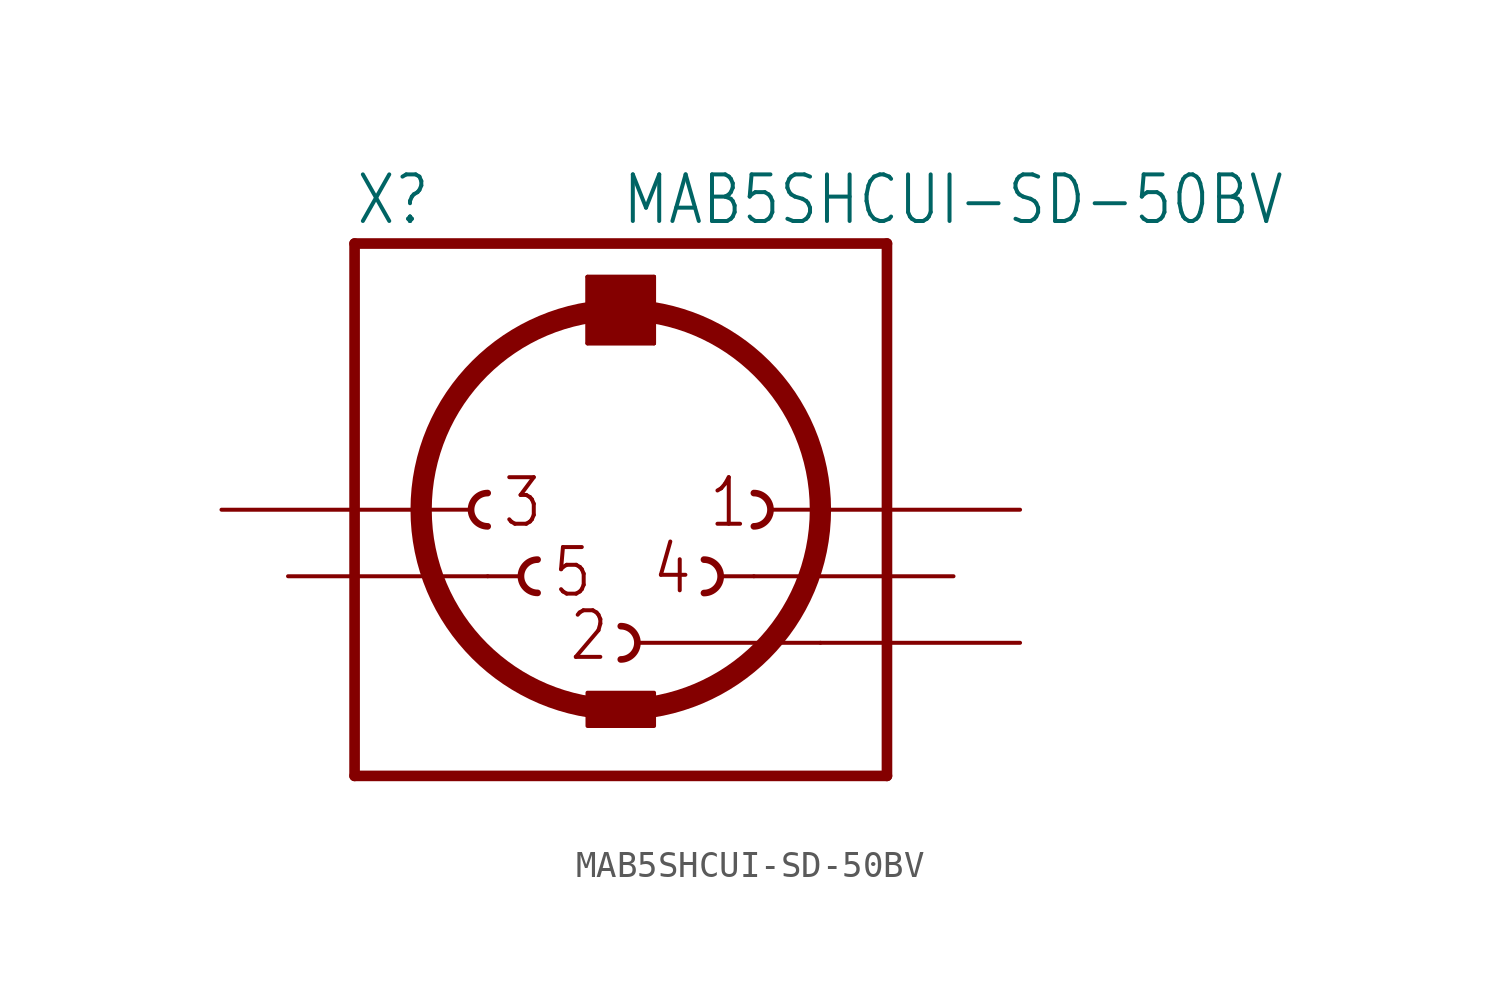
<source format=kicad_sym>
(kicad_symbol_lib
  (version 20211014)
  (generator kicad_symbol_editor)
  (symbol "MAB5SHCUI-SD-50BV"
    (property "Reference" "X"
      (at -10.16 10.795 0)
      (effects (font (size 1.778 1.511)) (justify left bottom)))
    (property "Value" "MAB5SHCUI-SD-50BV"
      (at 0 10.795 0)
      (effects (font (size 1.778 1.511)) (justify left bottom)))
    (property "ki_locked" ""
      (at 0 0 0)
      (effects (font (size 1.27 1.27))))
    (symbol "MAB5SHCUI-SD-50BV_1_0"
      (arc (start -5.08 0.635) (mid -5.715 0) (end -5.08 -0.635) (stroke (width 0.254) (type default) (color 0 0 0 0)) (fill (type none)))
      (arc (start -3.175 -1.905) (mid -3.81 -2.54) (end -3.175 -3.175) (stroke (width 0.254) (type default) (color 0 0 0 0)) (fill (type none)))
      (rectangle (start -1.27 -8.255) (end 1.27 -6.985) (stroke (width 0) (type default) (color 0 0 0 0)) (fill (type outline)))
      (rectangle (start -1.27 6.35) (end 1.27 8.89) (stroke (width 0) (type default) (color 0 0 0 0)) (fill (type outline)))
      (arc (start 0 -5.715) (mid 0.635 -5.08) (end 0 -4.445) (stroke (width 0.254) (type default) (color 0 0 0 0)) (fill (type none)))
      (polyline (pts (xy -10.16 -10.16) (xy -10.16 10.16)) (stroke (width 0.406) (type default) (color 0 0 0 0)) (fill (type none)))
      (polyline (pts (xy -10.16 -10.16) (xy 10.16 -10.16)) (stroke (width 0.406) (type default) (color 0 0 0 0)) (fill (type none)))
      (polyline (pts (xy -7.62 0) (xy -5.715 0)) (stroke (width 0.152) (type default) (color 0 0 0 0)) (fill (type none)))
      (polyline (pts (xy -5.08 -2.54) (xy -3.81 -2.54)) (stroke (width 0.152) (type default) (color 0 0 0 0)) (fill (type none)))
      (polyline (pts (xy -1.27 6.35) (xy -1.27 8.89)) (stroke (width 0.152) (type default) (color 0 0 0 0)) (fill (type none)))
      (polyline (pts (xy -1.27 6.35) (xy 1.27 6.35)) (stroke (width 0.152) (type default) (color 0 0 0 0)) (fill (type none)))
      (polyline (pts (xy -1.27 8.89) (xy 1.27 8.89)) (stroke (width 0.152) (type default) (color 0 0 0 0)) (fill (type none)))
      (polyline (pts (xy 0.635 -5.08) (xy 7.62 -5.08)) (stroke (width 0.152) (type default) (color 0 0 0 0)) (fill (type none)))
      (polyline (pts (xy 1.27 8.89) (xy 1.27 6.35)) (stroke (width 0.152) (type default) (color 0 0 0 0)) (fill (type none)))
      (polyline (pts (xy 3.81 -2.54) (xy 5.08 -2.54)) (stroke (width 0.152) (type default) (color 0 0 0 0)) (fill (type none)))
      (polyline (pts (xy 5.715 0) (xy 7.62 0)) (stroke (width 0.152) (type default) (color 0 0 0 0)) (fill (type none)))
      (polyline (pts (xy 10.16 10.16) (xy -10.16 10.16)) (stroke (width 0.406) (type default) (color 0 0 0 0)) (fill (type none)))
      (polyline (pts (xy 10.16 10.16) (xy 10.16 -10.16)) (stroke (width 0.406) (type default) (color 0 0 0 0)) (fill (type none)))
      (circle (center 0 0) (radius 7.62) (stroke (width 0.813) (type default) (color 0 0 0 0)) (fill (type none)))
      (arc (start 3.175 -3.175) (mid 3.81 -2.54) (end 3.175 -1.905) (stroke (width 0.254) (type default) (color 0 0 0 0)) (fill (type none)))
      (arc (start 5.08 -0.635) (mid 5.715 0) (end 5.08 0.635) (stroke (width 0.254) (type default) (color 0 0 0 0)) (fill (type none)))
      (text "1" (at 3.302 -0.762 0) (effects (font (size 1.778 1.511)) (justify left bottom)))
      (text "2" (at -2.032 -5.842 0) (effects (font (size 1.778 1.511)) (justify left bottom)))
      (text "3" (at -4.572 -0.762 0) (effects (font (size 1.778 1.511)) (justify left bottom)))
      (text "4" (at 1.143 -3.302 0) (effects (font (size 1.778 1.511)) (justify left bottom)))
      (text "5" (at -2.667 -3.429 0) (effects (font (size 1.778 1.511)) (justify left bottom)))
      (pin passive line (at 15.24 0 180) (length 7.62) (name "1" (effects (font (size 0 0)))) (number "1" (effects (font (size 0 0)))))
      (pin passive line (at 15.24 -5.08 180) (length 7.62) (name "2" (effects (font (size 0 0)))) (number "2" (effects (font (size 0 0)))))
      (pin passive line (at -15.24 0 0) (length 7.62) (name "3" (effects (font (size 0 0)))) (number "3" (effects (font (size 0 0)))))
      (pin passive line (at 12.7 -2.54 180) (length 7.62) (name "4" (effects (font (size 0 0)))) (number "4" (effects (font (size 0 0)))))
      (pin passive line (at -12.7 -2.54 0) (length 7.62) (name "5" (effects (font (size 0 0)))) (number "5" (effects (font (size 0 0))))))))
</source>
